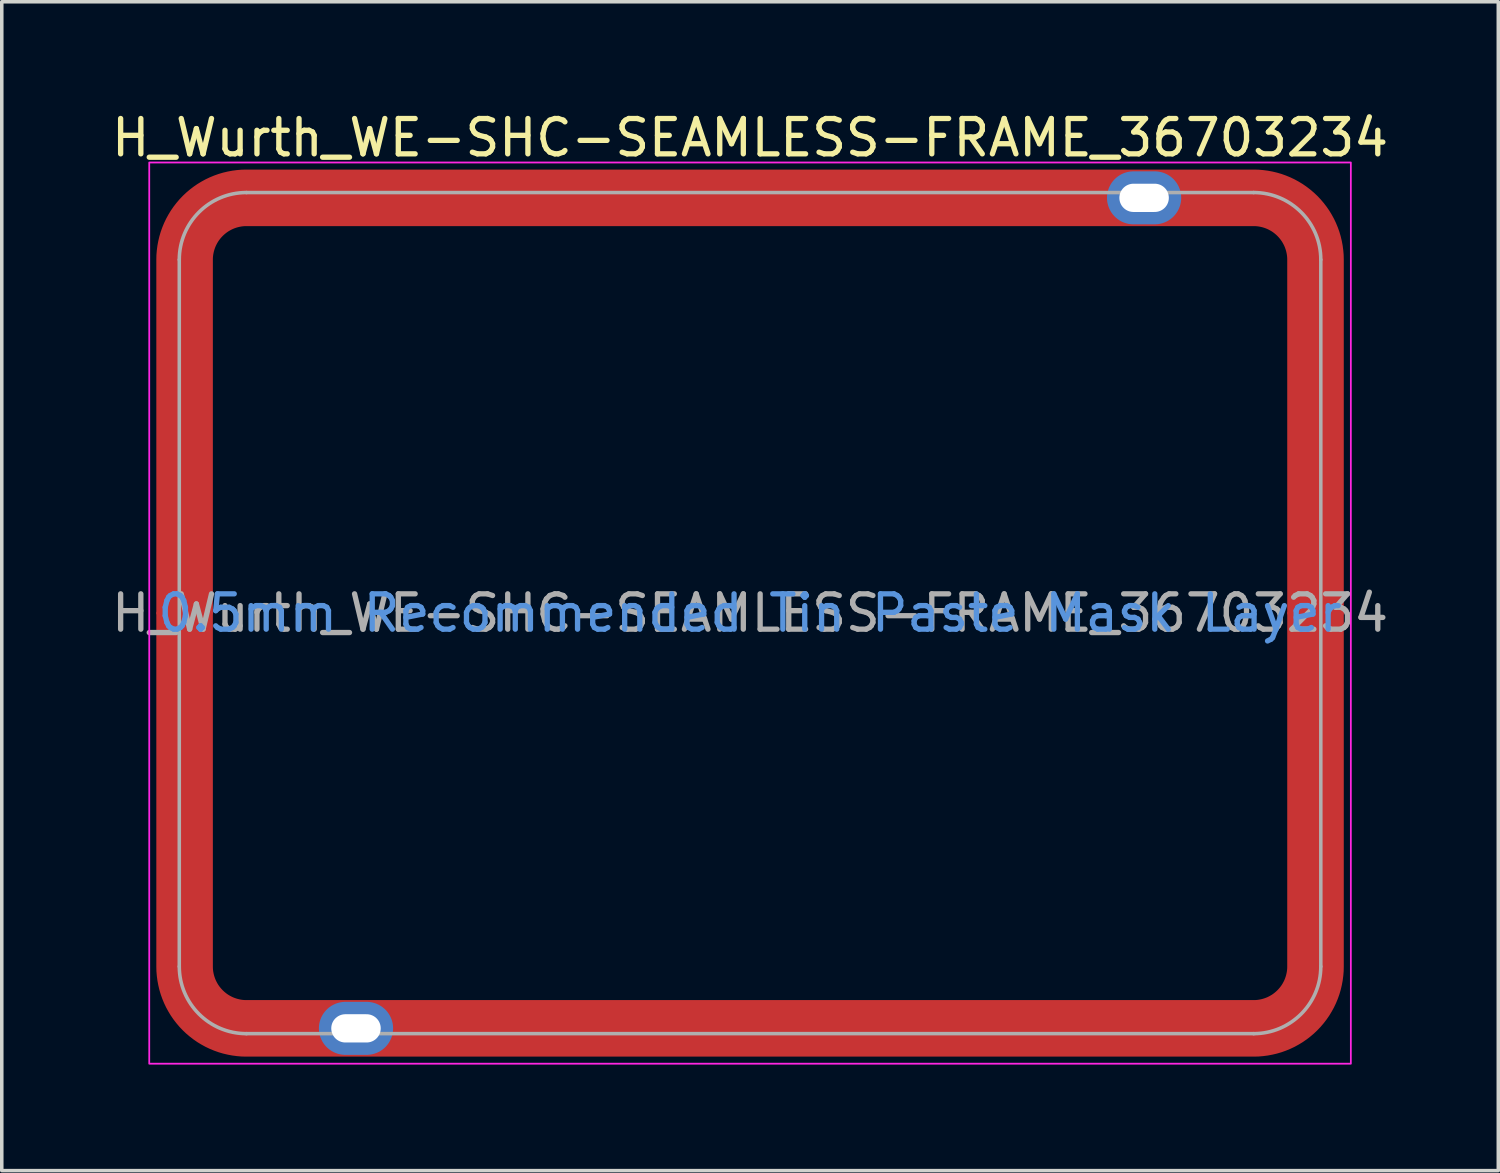
<source format=kicad_pcb>
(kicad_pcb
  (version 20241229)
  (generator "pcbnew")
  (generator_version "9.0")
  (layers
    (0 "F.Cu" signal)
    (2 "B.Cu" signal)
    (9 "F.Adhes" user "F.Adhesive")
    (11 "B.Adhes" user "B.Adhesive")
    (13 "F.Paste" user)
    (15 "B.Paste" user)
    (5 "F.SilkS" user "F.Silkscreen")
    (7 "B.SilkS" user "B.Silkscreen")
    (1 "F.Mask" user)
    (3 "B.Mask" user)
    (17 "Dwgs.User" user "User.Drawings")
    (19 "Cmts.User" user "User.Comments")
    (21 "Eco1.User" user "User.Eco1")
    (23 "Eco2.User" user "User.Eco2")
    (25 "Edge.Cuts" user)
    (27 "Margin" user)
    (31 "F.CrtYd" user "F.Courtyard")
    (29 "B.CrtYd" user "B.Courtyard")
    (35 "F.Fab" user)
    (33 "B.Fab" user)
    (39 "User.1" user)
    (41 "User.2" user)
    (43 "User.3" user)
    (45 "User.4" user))
  (footprint "H_Wurth_WE-SHC-SEAMLESS-FRAME_36703234"
    (layer "F.Cu")
    (at 18.173 14.298)
    (property "Reference" "H_Wurth_WE-SHC-SEAMLESS-FRAME_36703234" (at 0 -13.45 0) (unlocked yes) (layer "F.SilkS") (effects (font (size 1 1) (thickness 0.15))))
    (attr smd)
    (fp_poly (pts (xy -15.25 0.004) (xy -16.75 0.004) (xy -16.75 -10) (xy -16.747 -10.131) (xy -16.736 -10.261) (xy -16.719 -10.391) (xy -16.695 -10.52) (xy -16.665 -10.647) (xy -16.628 -10.773) (xy -16.584 -10.896) (xy -16.534 -11.017) (xy -16.478 -11.135) (xy -16.415 -11.25) (xy -16.347 -11.362) (xy -16.273 -11.469) (xy -16.193 -11.573) (xy -16.108 -11.673) (xy -16.018 -11.768) (xy -15.923 -11.858) (xy -15.823 -11.943) (xy -15.719 -12.023) (xy -15.612 -12.097) (xy -15.5 -12.165) (xy -15.385 -12.228) (xy -15.267 -12.284) (xy -15.146 -12.334) (xy -15.023 -12.378) (xy -14.897 -12.415) (xy -14.77 -12.445) (xy -14.641 -12.469) (xy -14.511 -12.486) (xy -14.381 -12.497) (xy -14.25 -12.5) (xy 14.25 -12.5) (xy 14.381 -12.497) (xy 14.511 -12.486) (xy 14.641 -12.469) (xy 14.77 -12.445) (xy 14.897 -12.415) (xy 15.023 -12.378) (xy 15.146 -12.334) (xy 15.267 -12.284) (xy 15.385 -12.228) (xy 15.5 -12.165) (xy 15.612 -12.097) (xy 15.719 -12.023) (xy 15.823 -11.943) (xy 15.923 -11.858) (xy 16.018 -11.768) (xy 16.108 -11.673) (xy 16.193 -11.573) (xy 16.273 -11.469) (xy 16.347 -11.362) (xy 16.415 -11.25) (xy 16.478 -11.135) (xy 16.534 -11.017) (xy 16.584 -10.896) (xy 16.628 -10.773) (xy 16.665 -10.647) (xy 16.695 -10.52) (xy 16.719 -10.391) (xy 16.736 -10.261) (xy 16.747 -10.131) (xy 16.75 -10) (xy 16.75 0.004) (xy 15.25 0.004) (xy 15.25 -10) (xy 15.249 -10.052) (xy 15.245 -10.105) (xy 15.238 -10.156) (xy 15.228 -10.208) (xy 15.216 -10.259) (xy 15.201 -10.309) (xy 15.184 -10.358) (xy 15.164 -10.407) (xy 15.141 -10.454) (xy 15.116 -10.5) (xy 15.089 -10.545) (xy 15.059 -10.588) (xy 15.027 -10.629) (xy 14.993 -10.669) (xy 14.957 -10.707) (xy 14.919 -10.743) (xy 14.879 -10.777) (xy 14.838 -10.809) (xy 14.795 -10.839) (xy 14.75 -10.866) (xy 14.704 -10.891) (xy 14.657 -10.914) (xy 14.608 -10.934) (xy 14.559 -10.951) (xy 14.509 -10.966) (xy 14.458 -10.978) (xy 14.406 -10.988) (xy 14.355 -10.995) (xy 14.302 -10.999) (xy 14.25 -11) (xy -14.25 -11) (xy -14.302 -10.999) (xy -14.355 -10.995) (xy -14.406 -10.988) (xy -14.458 -10.978) (xy -14.509 -10.966) (xy -14.559 -10.951) (xy -14.608 -10.934) (xy -14.657 -10.914) (xy -14.704 -10.891) (xy -14.75 -10.866) (xy -14.795 -10.839) (xy -14.838 -10.809) (xy -14.879 -10.777) (xy -14.919 -10.743) (xy -14.957 -10.707) (xy -14.993 -10.669) (xy -15.027 -10.629) (xy -15.059 -10.588) (xy -15.089 -10.545) (xy -15.116 -10.5) (xy -15.141 -10.454) (xy -15.164 -10.407) (xy -15.184 -10.358) (xy -15.201 -10.309) (xy -15.216 -10.259) (xy -15.228 -10.208) (xy -15.238 -10.156) (xy -15.245 -10.105) (xy -15.249 -10.052) (xy -15.25 -10) (xy -15.25 -0.25)) (stroke (width 0.1) (type solid)) (fill yes) (layer "F.Cu"))
    (fp_poly (pts (xy 15.25 -0.004) (xy 16.75 -0.004) (xy 16.75 10) (xy 16.747 10.131) (xy 16.736 10.261) (xy 16.719 10.391) (xy 16.695 10.52) (xy 16.665 10.647) (xy 16.628 10.773) (xy 16.584 10.896) (xy 16.534 11.017) (xy 16.478 11.135) (xy 16.415 11.25) (xy 16.347 11.362) (xy 16.273 11.469) (xy 16.193 11.573) (xy 16.108 11.673) (xy 16.018 11.768) (xy 15.923 11.858) (xy 15.823 11.943) (xy 15.719 12.023) (xy 15.612 12.097) (xy 15.5 12.165) (xy 15.385 12.228) (xy 15.267 12.284) (xy 15.146 12.334) (xy 15.023 12.378) (xy 14.897 12.415) (xy 14.77 12.445) (xy 14.641 12.469) (xy 14.511 12.486) (xy 14.381 12.497) (xy 14.25 12.5) (xy -14.25 12.5) (xy -14.381 12.497) (xy -14.511 12.486) (xy -14.641 12.469) (xy -14.77 12.445) (xy -14.897 12.415) (xy -15.023 12.378) (xy -15.146 12.334) (xy -15.267 12.284) (xy -15.385 12.228) (xy -15.5 12.165) (xy -15.612 12.097) (xy -15.719 12.023) (xy -15.823 11.943) (xy -15.923 11.858) (xy -16.018 11.768) (xy -16.108 11.673) (xy -16.193 11.573) (xy -16.273 11.469) (xy -16.347 11.362) (xy -16.415 11.25) (xy -16.478 11.135) (xy -16.534 11.017) (xy -16.584 10.896) (xy -16.628 10.773) (xy -16.665 10.647) (xy -16.695 10.52) (xy -16.719 10.391) (xy -16.736 10.261) (xy -16.747 10.131) (xy -16.75 10) (xy -16.75 -0.004) (xy -15.25 -0.004) (xy -15.25 10) (xy -15.249 10.052) (xy -15.245 10.105) (xy -15.238 10.156) (xy -15.228 10.208) (xy -15.216 10.259) (xy -15.201 10.309) (xy -15.184 10.358) (xy -15.164 10.407) (xy -15.141 10.454) (xy -15.116 10.5) (xy -15.089 10.545) (xy -15.059 10.588) (xy -15.027 10.629) (xy -14.993 10.669) (xy -14.957 10.707) (xy -14.919 10.743) (xy -14.879 10.777) (xy -14.838 10.809) (xy -14.795 10.839) (xy -14.75 10.866) (xy -14.704 10.891) (xy -14.657 10.914) (xy -14.608 10.934) (xy -14.559 10.951) (xy -14.509 10.966) (xy -14.458 10.978) (xy -14.406 10.988) (xy -14.355 10.995) (xy -14.302 10.999) (xy -14.25 11) (xy 14.25 11) (xy 14.302 10.999) (xy 14.355 10.995) (xy 14.406 10.988) (xy 14.458 10.978) (xy 14.509 10.966) (xy 14.559 10.951) (xy 14.608 10.934) (xy 14.657 10.914) (xy 14.704 10.891) (xy 14.75 10.866) (xy 14.795 10.839) (xy 14.838 10.809) (xy 14.879 10.777) (xy 14.919 10.743) (xy 14.957 10.707) (xy 14.993 10.669) (xy 15.027 10.629) (xy 15.059 10.588) (xy 15.089 10.545) (xy 15.116 10.5) (xy 15.141 10.454) (xy 15.164 10.407) (xy 15.184 10.358) (xy 15.201 10.309) (xy 15.216 10.259) (xy 15.228 10.208) (xy 15.238 10.156) (xy 15.245 10.105) (xy 15.249 10.052) (xy 15.25 10) (xy 15.25 0.25)) (stroke (width 0.1) (type solid)) (fill yes) (layer "F.Cu"))
    (fp_poly (pts (xy -15.25 0.004) (xy -16.75 0.004) (xy -16.75 -10) (xy -16.747 -10.131) (xy -16.736 -10.261) (xy -16.719 -10.391) (xy -16.695 -10.52) (xy -16.665 -10.647) (xy -16.628 -10.773) (xy -16.584 -10.896) (xy -16.534 -11.017) (xy -16.478 -11.135) (xy -16.415 -11.25) (xy -16.347 -11.362) (xy -16.273 -11.469) (xy -16.193 -11.573) (xy -16.108 -11.673) (xy -16.018 -11.768) (xy -15.923 -11.858) (xy -15.823 -11.943) (xy -15.719 -12.023) (xy -15.612 -12.097) (xy -15.5 -12.165) (xy -15.385 -12.228) (xy -15.267 -12.284) (xy -15.146 -12.334) (xy -15.023 -12.378) (xy -14.897 -12.415) (xy -14.77 -12.445) (xy -14.641 -12.469) (xy -14.511 -12.486) (xy -14.381 -12.497) (xy -14.25 -12.5) (xy 14.25 -12.5) (xy 14.381 -12.497) (xy 14.511 -12.486) (xy 14.641 -12.469) (xy 14.77 -12.445) (xy 14.897 -12.415) (xy 15.023 -12.378) (xy 15.146 -12.334) (xy 15.267 -12.284) (xy 15.385 -12.228) (xy 15.5 -12.165) (xy 15.612 -12.097) (xy 15.719 -12.023) (xy 15.823 -11.943) (xy 15.923 -11.858) (xy 16.018 -11.768) (xy 16.108 -11.673) (xy 16.193 -11.573) (xy 16.273 -11.469) (xy 16.347 -11.362) (xy 16.415 -11.25) (xy 16.478 -11.135) (xy 16.534 -11.017) (xy 16.584 -10.896) (xy 16.628 -10.773) (xy 16.665 -10.647) (xy 16.695 -10.52) (xy 16.719 -10.391) (xy 16.736 -10.261) (xy 16.747 -10.131) (xy 16.75 -10) (xy 16.75 0.004) (xy 15.25 0.004) (xy 15.25 -10) (xy 15.249 -10.052) (xy 15.245 -10.105) (xy 15.238 -10.156) (xy 15.228 -10.208) (xy 15.216 -10.259) (xy 15.201 -10.309) (xy 15.184 -10.358) (xy 15.164 -10.407) (xy 15.141 -10.454) (xy 15.116 -10.5) (xy 15.089 -10.545) (xy 15.059 -10.588) (xy 15.027 -10.629) (xy 14.993 -10.669) (xy 14.957 -10.707) (xy 14.919 -10.743) (xy 14.879 -10.777) (xy 14.838 -10.809) (xy 14.795 -10.839) (xy 14.75 -10.866) (xy 14.704 -10.891) (xy 14.657 -10.914) (xy 14.608 -10.934) (xy 14.559 -10.951) (xy 14.509 -10.966) (xy 14.458 -10.978) (xy 14.406 -10.988) (xy 14.355 -10.995) (xy 14.302 -10.999) (xy 14.25 -11) (xy -14.25 -11) (xy -14.302 -10.999) (xy -14.355 -10.995) (xy -14.406 -10.988) (xy -14.458 -10.978) (xy -14.509 -10.966) (xy -14.559 -10.951) (xy -14.608 -10.934) (xy -14.657 -10.914) (xy -14.704 -10.891) (xy -14.75 -10.866) (xy -14.795 -10.839) (xy -14.838 -10.809) (xy -14.879 -10.777) (xy -14.919 -10.743) (xy -14.957 -10.707) (xy -14.993 -10.669) (xy -15.027 -10.629) (xy -15.059 -10.588) (xy -15.089 -10.545) (xy -15.116 -10.5) (xy -15.141 -10.454) (xy -15.164 -10.407) (xy -15.184 -10.358) (xy -15.201 -10.309) (xy -15.216 -10.259) (xy -15.228 -10.208) (xy -15.238 -10.156) (xy -15.245 -10.105) (xy -15.249 -10.052) (xy -15.25 -10) (xy -15.25 -0.25)) (stroke (width 0.1) (type solid)) (fill yes) (layer "F.Mask"))
    (fp_poly (pts (xy 15.25 -0.004) (xy 16.75 -0.004) (xy 16.75 10) (xy 16.747 10.131) (xy 16.736 10.261) (xy 16.719 10.391) (xy 16.695 10.52) (xy 16.665 10.647) (xy 16.628 10.773) (xy 16.584 10.896) (xy 16.534 11.017) (xy 16.478 11.135) (xy 16.415 11.25) (xy 16.347 11.362) (xy 16.273 11.469) (xy 16.193 11.573) (xy 16.108 11.673) (xy 16.018 11.768) (xy 15.923 11.858) (xy 15.823 11.943) (xy 15.719 12.023) (xy 15.612 12.097) (xy 15.5 12.165) (xy 15.385 12.228) (xy 15.267 12.284) (xy 15.146 12.334) (xy 15.023 12.378) (xy 14.897 12.415) (xy 14.77 12.445) (xy 14.641 12.469) (xy 14.511 12.486) (xy 14.381 12.497) (xy 14.25 12.5) (xy -14.25 12.5) (xy -14.381 12.497) (xy -14.511 12.486) (xy -14.641 12.469) (xy -14.77 12.445) (xy -14.897 12.415) (xy -15.023 12.378) (xy -15.146 12.334) (xy -15.267 12.284) (xy -15.385 12.228) (xy -15.5 12.165) (xy -15.612 12.097) (xy -15.719 12.023) (xy -15.823 11.943) (xy -15.923 11.858) (xy -16.018 11.768) (xy -16.108 11.673) (xy -16.193 11.573) (xy -16.273 11.469) (xy -16.347 11.362) (xy -16.415 11.25) (xy -16.478 11.135) (xy -16.534 11.017) (xy -16.584 10.896) (xy -16.628 10.773) (xy -16.665 10.647) (xy -16.695 10.52) (xy -16.719 10.391) (xy -16.736 10.261) (xy -16.747 10.131) (xy -16.75 10) (xy -16.75 -0.004) (xy -15.25 -0.004) (xy -15.25 10) (xy -15.249 10.052) (xy -15.245 10.105) (xy -15.238 10.156) (xy -15.228 10.208) (xy -15.216 10.259) (xy -15.201 10.309) (xy -15.184 10.358) (xy -15.164 10.407) (xy -15.141 10.454) (xy -15.116 10.5) (xy -15.089 10.545) (xy -15.059 10.588) (xy -15.027 10.629) (xy -14.993 10.669) (xy -14.957 10.707) (xy -14.919 10.743) (xy -14.879 10.777) (xy -14.838 10.809) (xy -14.795 10.839) (xy -14.75 10.866) (xy -14.704 10.891) (xy -14.657 10.914) (xy -14.608 10.934) (xy -14.559 10.951) (xy -14.509 10.966) (xy -14.458 10.978) (xy -14.406 10.988) (xy -14.355 10.995) (xy -14.302 10.999) (xy -14.25 11) (xy 14.25 11) (xy 14.302 10.999) (xy 14.355 10.995) (xy 14.406 10.988) (xy 14.458 10.978) (xy 14.509 10.966) (xy 14.559 10.951) (xy 14.608 10.934) (xy 14.657 10.914) (xy 14.704 10.891) (xy 14.75 10.866) (xy 14.795 10.839) (xy 14.838 10.809) (xy 14.879 10.777) (xy 14.919 10.743) (xy 14.957 10.707) (xy 14.993 10.669) (xy 15.027 10.629) (xy 15.059 10.588) (xy 15.089 10.545) (xy 15.116 10.5) (xy 15.141 10.454) (xy 15.164 10.407) (xy 15.184 10.358) (xy 15.201 10.309) (xy 15.216 10.259) (xy 15.228 10.208) (xy 15.238 10.156) (xy 15.245 10.105) (xy 15.249 10.052) (xy 15.25 10) (xy 15.25 0.25)) (stroke (width 0.1) (type solid)) (fill yes) (layer "F.Mask"))
    (fp_poly (pts (xy -15.25 0.004) (xy -16.75 0.004) (xy -16.75 -10) (xy -16.747 -10.131) (xy -16.736 -10.261) (xy -16.719 -10.391) (xy -16.695 -10.52) (xy -16.665 -10.647) (xy -16.628 -10.773) (xy -16.584 -10.896) (xy -16.534 -11.017) (xy -16.478 -11.135) (xy -16.415 -11.25) (xy -16.347 -11.362) (xy -16.273 -11.469) (xy -16.193 -11.573) (xy -16.108 -11.673) (xy -16.018 -11.768) (xy -15.923 -11.858) (xy -15.823 -11.943) (xy -15.719 -12.023) (xy -15.612 -12.097) (xy -15.5 -12.165) (xy -15.385 -12.228) (xy -15.267 -12.284) (xy -15.146 -12.334) (xy -15.023 -12.378) (xy -14.897 -12.415) (xy -14.77 -12.445) (xy -14.641 -12.469) (xy -14.511 -12.486) (xy -14.381 -12.497) (xy -14.25 -12.5) (xy 14.25 -12.5) (xy 14.381 -12.497) (xy 14.511 -12.486) (xy 14.641 -12.469) (xy 14.77 -12.445) (xy 14.897 -12.415) (xy 15.023 -12.378) (xy 15.146 -12.334) (xy 15.267 -12.284) (xy 15.385 -12.228) (xy 15.5 -12.165) (xy 15.612 -12.097) (xy 15.719 -12.023) (xy 15.823 -11.943) (xy 15.923 -11.858) (xy 16.018 -11.768) (xy 16.108 -11.673) (xy 16.193 -11.573) (xy 16.273 -11.469) (xy 16.347 -11.362) (xy 16.415 -11.25) (xy 16.478 -11.135) (xy 16.534 -11.017) (xy 16.584 -10.896) (xy 16.628 -10.773) (xy 16.665 -10.647) (xy 16.695 -10.52) (xy 16.719 -10.391) (xy 16.736 -10.261) (xy 16.747 -10.131) (xy 16.75 -10) (xy 16.75 0.004) (xy 15.25 0.004) (xy 15.25 -10) (xy 15.249 -10.052) (xy 15.245 -10.105) (xy 15.238 -10.156) (xy 15.228 -10.208) (xy 15.216 -10.259) (xy 15.201 -10.309) (xy 15.184 -10.358) (xy 15.164 -10.407) (xy 15.141 -10.454) (xy 15.116 -10.5) (xy 15.089 -10.545) (xy 15.059 -10.588) (xy 15.027 -10.629) (xy 14.993 -10.669) (xy 14.957 -10.707) (xy 14.919 -10.743) (xy 14.879 -10.777) (xy 14.838 -10.809) (xy 14.795 -10.839) (xy 14.75 -10.866) (xy 14.704 -10.891) (xy 14.657 -10.914) (xy 14.608 -10.934) (xy 14.559 -10.951) (xy 14.509 -10.966) (xy 14.458 -10.978) (xy 14.406 -10.988) (xy 14.355 -10.995) (xy 14.302 -10.999) (xy 14.25 -11) (xy -14.25 -11) (xy -14.302 -10.999) (xy -14.355 -10.995) (xy -14.406 -10.988) (xy -14.458 -10.978) (xy -14.509 -10.966) (xy -14.559 -10.951) (xy -14.608 -10.934) (xy -14.657 -10.914) (xy -14.704 -10.891) (xy -14.75 -10.866) (xy -14.795 -10.839) (xy -14.838 -10.809) (xy -14.879 -10.777) (xy -14.919 -10.743) (xy -14.957 -10.707) (xy -14.993 -10.669) (xy -15.027 -10.629) (xy -15.059 -10.588) (xy -15.089 -10.545) (xy -15.116 -10.5) (xy -15.141 -10.454) (xy -15.164 -10.407) (xy -15.184 -10.358) (xy -15.201 -10.309) (xy -15.216 -10.259) (xy -15.228 -10.208) (xy -15.238 -10.156) (xy -15.245 -10.105) (xy -15.249 -10.052) (xy -15.25 -10) (xy -15.25 -0.25)) (stroke (width 0.1) (type solid)) (fill yes) (layer "F.Paste"))
    (fp_poly (pts (xy 15.25 -0.004) (xy 16.75 -0.004) (xy 16.75 10) (xy 16.747 10.131) (xy 16.736 10.261) (xy 16.719 10.391) (xy 16.695 10.52) (xy 16.665 10.647) (xy 16.628 10.773) (xy 16.584 10.896) (xy 16.534 11.017) (xy 16.478 11.135) (xy 16.415 11.25) (xy 16.347 11.362) (xy 16.273 11.469) (xy 16.193 11.573) (xy 16.108 11.673) (xy 16.018 11.768) (xy 15.923 11.858) (xy 15.823 11.943) (xy 15.719 12.023) (xy 15.612 12.097) (xy 15.5 12.165) (xy 15.385 12.228) (xy 15.267 12.284) (xy 15.146 12.334) (xy 15.023 12.378) (xy 14.897 12.415) (xy 14.77 12.445) (xy 14.641 12.469) (xy 14.511 12.486) (xy 14.381 12.497) (xy 14.25 12.5) (xy -14.25 12.5) (xy -14.381 12.497) (xy -14.511 12.486) (xy -14.641 12.469) (xy -14.77 12.445) (xy -14.897 12.415) (xy -15.023 12.378) (xy -15.146 12.334) (xy -15.267 12.284) (xy -15.385 12.228) (xy -15.5 12.165) (xy -15.612 12.097) (xy -15.719 12.023) (xy -15.823 11.943) (xy -15.923 11.858) (xy -16.018 11.768) (xy -16.108 11.673) (xy -16.193 11.573) (xy -16.273 11.469) (xy -16.347 11.362) (xy -16.415 11.25) (xy -16.478 11.135) (xy -16.534 11.017) (xy -16.584 10.896) (xy -16.628 10.773) (xy -16.665 10.647) (xy -16.695 10.52) (xy -16.719 10.391) (xy -16.736 10.261) (xy -16.747 10.131) (xy -16.75 10) (xy -16.75 -0.004) (xy -15.25 -0.004) (xy -15.25 10) (xy -15.249 10.052) (xy -15.245 10.105) (xy -15.238 10.156) (xy -15.228 10.208) (xy -15.216 10.259) (xy -15.201 10.309) (xy -15.184 10.358) (xy -15.164 10.407) (xy -15.141 10.454) (xy -15.116 10.5) (xy -15.089 10.545) (xy -15.059 10.588) (xy -15.027 10.629) (xy -14.993 10.669) (xy -14.957 10.707) (xy -14.919 10.743) (xy -14.879 10.777) (xy -14.838 10.809) (xy -14.795 10.839) (xy -14.75 10.866) (xy -14.704 10.891) (xy -14.657 10.914) (xy -14.608 10.934) (xy -14.559 10.951) (xy -14.509 10.966) (xy -14.458 10.978) (xy -14.406 10.988) (xy -14.355 10.995) (xy -14.302 10.999) (xy -14.25 11) (xy 14.25 11) (xy 14.302 10.999) (xy 14.355 10.995) (xy 14.406 10.988) (xy 14.458 10.978) (xy 14.509 10.966) (xy 14.559 10.951) (xy 14.608 10.934) (xy 14.657 10.914) (xy 14.704 10.891) (xy 14.75 10.866) (xy 14.795 10.839) (xy 14.838 10.809) (xy 14.879 10.777) (xy 14.919 10.743) (xy 14.957 10.707) (xy 14.993 10.669) (xy 15.027 10.629) (xy 15.059 10.588) (xy 15.089 10.545) (xy 15.116 10.5) (xy 15.141 10.454) (xy 15.164 10.407) (xy 15.184 10.358) (xy 15.201 10.309) (xy 15.216 10.259) (xy 15.228 10.208) (xy 15.238 10.156) (xy 15.245 10.105) (xy 15.249 10.052) (xy 15.25 10) (xy 15.25 0.25)) (stroke (width 0.1) (type solid)) (fill yes) (layer "F.Paste"))
    (fp_rect (start -17 -12.75) (end 17 12.75) (stroke (width 0.05) (type solid)) (fill no) (layer "F.CrtYd"))
    (fp_line (start -16.15 10) (end -16.15 -10) (stroke (width 0.1) (type solid)) (layer "F.Fab"))
    (fp_line (start -14.25 -11.9) (end 14.25 -11.9) (stroke (width 0.1) (type solid)) (layer "F.Fab"))
    (fp_line (start -14.25 11.9) (end 14.25 11.9) (stroke (width 0.1) (type solid)) (layer "F.Fab"))
    (fp_line (start 16.15 10) (end 16.15 -10) (stroke (width 0.1) (type solid)) (layer "F.Fab"))
    (fp_arc (start -16.15 -10) (mid -15.593503 -11.343502) (end -14.250001 -11.899999) (stroke (width 0.1) (type solid)) (layer "F.Fab"))
    (fp_arc (start -14.25 11.9) (mid -15.593502 11.343503) (end -16.149999 10.000001) (stroke (width 0.1) (type solid)) (layer "F.Fab"))
    (fp_arc (start 14.25 -11.9) (mid 15.593502 -11.343503) (end 16.149999 -10.000001) (stroke (width 0.1) (type solid)) (layer "F.Fab"))
    (fp_arc (start 16.15 10) (mid 15.593503 11.343502) (end 14.250001 11.899999) (stroke (width 0.1) (type solid)) (layer "F.Fab"))
    (fp_text user "0.5mm Recommended Tin Paste Mask Layer" (at 0 0 0) (unlocked yes) (layer "Cmts.User") (effects (font (size 1 1) (thickness 0.15))))
    (fp_text user "${REFERENCE}" (at 0 0 0) (unlocked yes) (layer "F.Fab") (effects (font (size 1 1) (thickness 0.15))))
    (pad "1" thru_hole oval (at -11.15 11.75) (size 2.1 1.5) (drill oval 1.4 0.8) (layers "*.Cu" "*.Mask"))
    (pad "1" thru_hole oval (at 11.15 -11.75) (size 2.1 1.5) (drill oval 1.4 0.8) (layers "*.Cu" "*.Mask")))
  (gr_rect
    (start -3 -3)
    (end 39.345 30.073)
    (stroke (width 0.1) (type default))
    (fill no)
    (layer "Edge.Cuts")))
</source>
